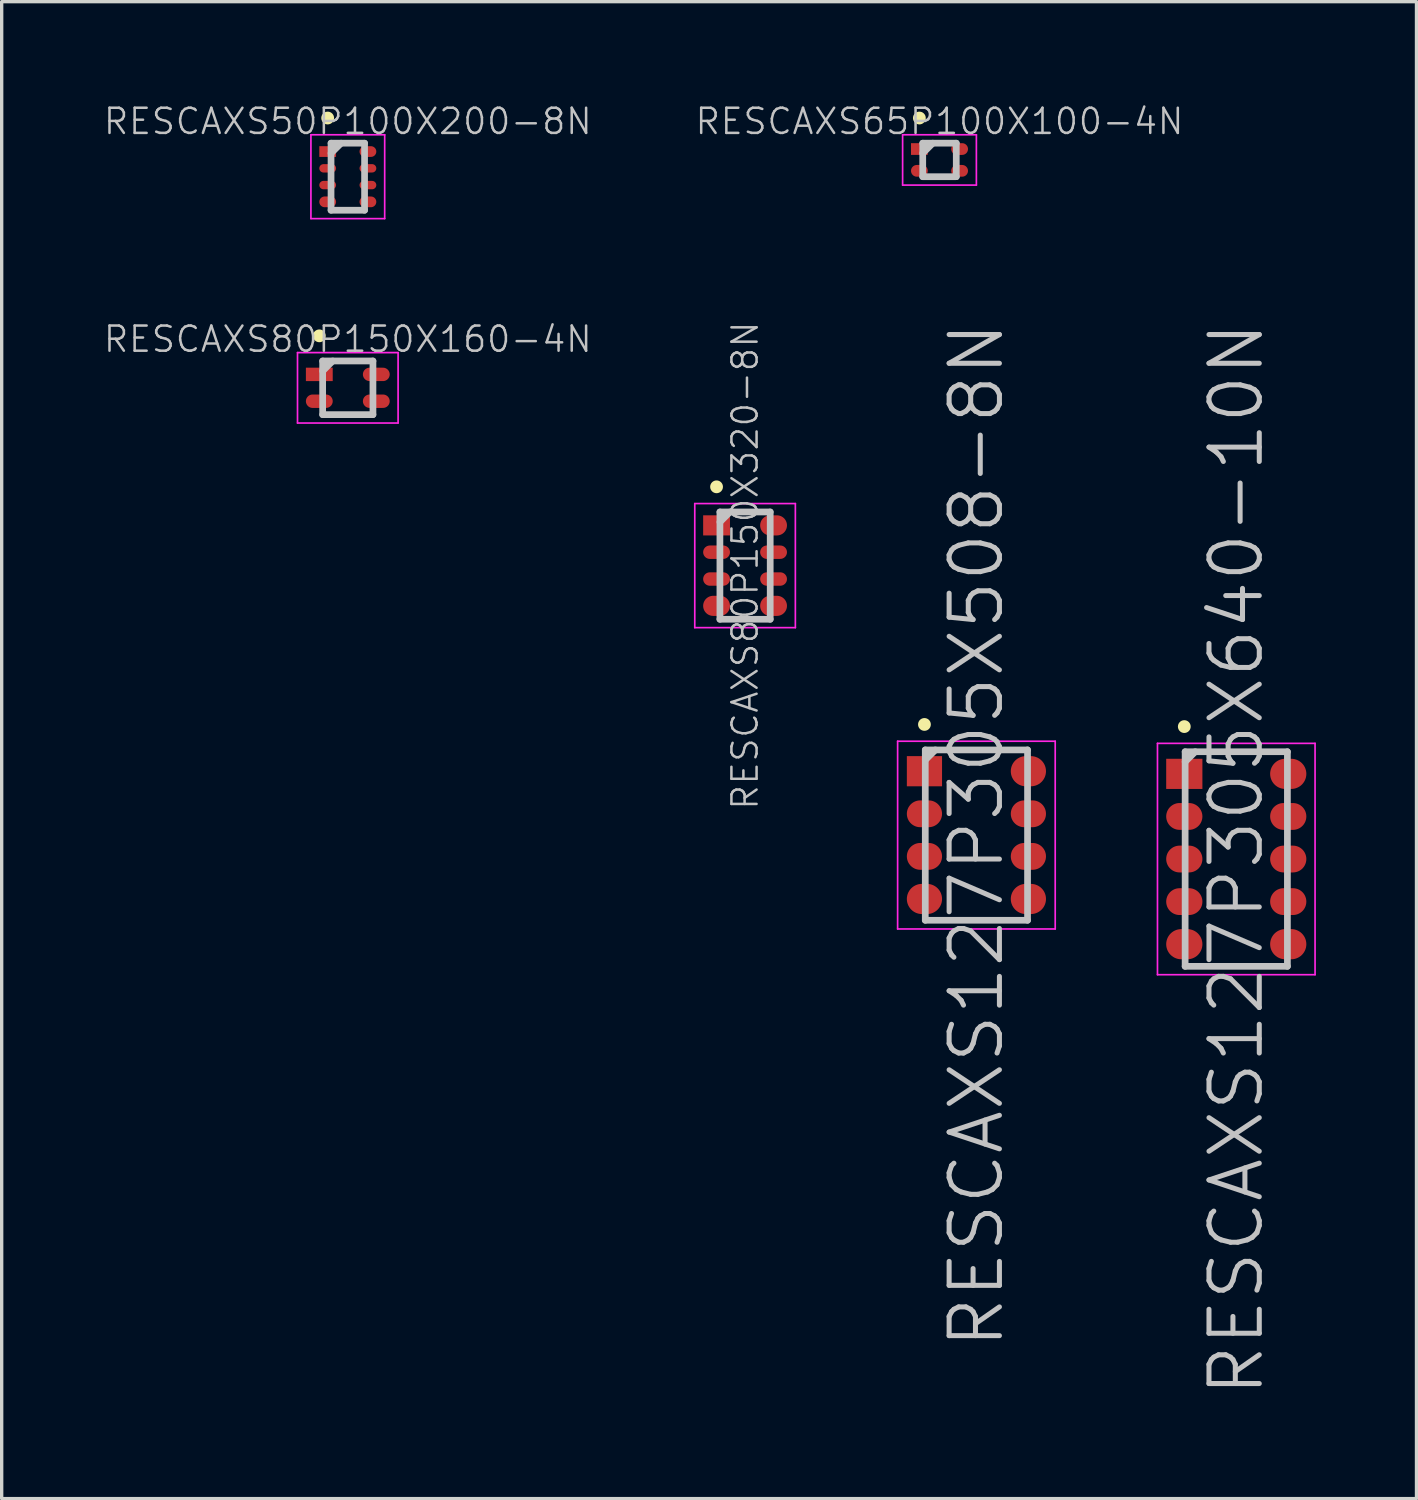
<source format=kicad_pcb>
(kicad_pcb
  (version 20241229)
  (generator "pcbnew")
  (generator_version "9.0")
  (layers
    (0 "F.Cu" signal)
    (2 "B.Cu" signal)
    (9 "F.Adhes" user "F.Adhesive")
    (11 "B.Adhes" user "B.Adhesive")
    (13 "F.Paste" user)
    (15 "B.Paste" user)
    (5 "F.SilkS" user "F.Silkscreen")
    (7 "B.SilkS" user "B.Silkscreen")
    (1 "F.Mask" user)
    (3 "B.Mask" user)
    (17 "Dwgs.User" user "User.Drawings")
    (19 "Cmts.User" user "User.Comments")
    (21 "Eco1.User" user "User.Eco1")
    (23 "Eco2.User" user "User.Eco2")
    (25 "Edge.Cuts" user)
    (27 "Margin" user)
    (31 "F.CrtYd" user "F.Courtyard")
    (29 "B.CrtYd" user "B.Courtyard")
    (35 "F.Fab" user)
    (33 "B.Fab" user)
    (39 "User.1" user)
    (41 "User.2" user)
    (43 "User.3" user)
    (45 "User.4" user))
  (footprint "RESCAXS127P305X640-10N"
    (layer "F.Cu")
    (at 33.821 22.57)
    (property "Reference" "RESCAXS127P305X640-10N" (at 0 0 90) (layer "Dwgs.User") (effects (font (size 1.5 1.5) (thickness 0.15))))
    (attr smd)
    (fp_line (start -1.55 -3.95) (end -1.55 -3.95) (stroke (width 0.381) (type solid)) (layer "F.SilkS"))
    (fp_line (start -1.525 -3.2) (end -1.525 3.2) (stroke (width 0.2) (type solid)) (layer "Dwgs.User"))
    (fp_line (start -1.525 -3.2) (end 1.525 -3.2) (stroke (width 0.2) (type solid)) (layer "Dwgs.User"))
    (fp_line (start -1.525 -2.9) (end -1.225 -3.2) (stroke (width 0.2) (type solid)) (layer "Dwgs.User"))
    (fp_line (start -1.525 3.2) (end 1.525 3.2) (stroke (width 0.2) (type solid)) (layer "Dwgs.User"))
    (fp_line (start 1.525 -3.2) (end 1.525 3.2) (stroke (width 0.2) (type solid)) (layer "Dwgs.User"))
    (fp_line (start -2.35 -3.45) (end -2.35 3.45) (stroke (width 0.05) (type solid)) (layer "F.CrtYd"))
    (fp_line (start -2.35 -3.45) (end 2.35 -3.45) (stroke (width 0.05) (type solid)) (layer "F.CrtYd"))
    (fp_line (start -2.35 3.45) (end 2.35 3.45) (stroke (width 0.05) (type solid)) (layer "F.CrtYd"))
    (fp_line (start 2.35 -3.45) (end 2.35 3.45) (stroke (width 0.05) (type solid)) (layer "F.CrtYd"))
    (pad "1" smd rect (at -1.55 -2.54) (size 1.08 0.9) (layers "F.Cu" "F.Mask" "F.Paste"))
    (pad "2" smd oval (at -1.55 -1.27) (size 1.08 0.8) (layers "F.Cu" "F.Mask" "F.Paste"))
    (pad "3" smd oval (at -1.55 0) (size 1.08 0.8) (layers "F.Cu" "F.Mask" "F.Paste"))
    (pad "4" smd oval (at -1.55 1.27) (size 1.08 0.8) (layers "F.Cu" "F.Mask" "F.Paste"))
    (pad "5" smd oval (at -1.55 2.54) (size 1.08 0.9) (layers "F.Cu" "F.Mask" "F.Paste"))
    (pad "6" smd oval (at 1.55 2.54) (size 1.08 0.9) (layers "F.Cu" "F.Mask" "F.Paste"))
    (pad "7" smd oval (at 1.55 1.27) (size 1.08 0.8) (layers "F.Cu" "F.Mask" "F.Paste"))
    (pad "8" smd oval (at 1.55 0) (size 1.08 0.8) (layers "F.Cu" "F.Mask" "F.Paste"))
    (pad "9" smd oval (at 1.55 -1.27) (size 1.08 0.8) (layers "F.Cu" "F.Mask" "F.Paste"))
    (pad "10" smd oval (at 1.55 -2.54) (size 1.08 0.9) (layers "F.Cu" "F.Mask" "F.Paste")))
  (footprint "RESCAXS80P150X320-8N"
    (layer "F.Cu")
    (at 19.171 13.819)
    (property "Reference" "RESCAXS80P150X320-8N" (at 0 0 90) (layer "Dwgs.User") (effects (font (size 0.75 0.75) (thickness 0.075))))
    (attr smd)
    (fp_line (start -0.85 -2.35) (end -0.85 -2.35) (stroke (width 0.381) (type solid)) (layer "F.SilkS"))
    (fp_line (start -0.75 -1.6) (end -0.75 1.6) (stroke (width 0.2) (type solid)) (layer "Dwgs.User"))
    (fp_line (start -0.75 -1.6) (end 0.75 -1.6) (stroke (width 0.2) (type solid)) (layer "Dwgs.User"))
    (fp_line (start -0.75 -1.3) (end -0.45 -1.6) (stroke (width 0.2) (type solid)) (layer "Dwgs.User"))
    (fp_line (start -0.75 1.6) (end 0.75 1.6) (stroke (width 0.2) (type solid)) (layer "Dwgs.User"))
    (fp_line (start 0.75 -1.6) (end 0.75 1.6) (stroke (width 0.2) (type solid)) (layer "Dwgs.User"))
    (fp_line (start -1.5 -1.85) (end -1.5 1.85) (stroke (width 0.05) (type solid)) (layer "F.CrtYd"))
    (fp_line (start -1.5 -1.85) (end 1.5 -1.85) (stroke (width 0.05) (type solid)) (layer "F.CrtYd"))
    (fp_line (start -1.5 1.85) (end 1.5 1.85) (stroke (width 0.05) (type solid)) (layer "F.CrtYd"))
    (fp_line (start 1.5 -1.85) (end 1.5 1.85) (stroke (width 0.05) (type solid)) (layer "F.CrtYd"))
    (pad "1" smd rect (at -0.85 -1.2) (size 0.8 0.6) (layers "F.Cu" "F.Mask" "F.Paste"))
    (pad "2" smd oval (at -0.85 -0.4) (size 0.8 0.4) (layers "F.Cu" "F.Mask" "F.Paste"))
    (pad "3" smd oval (at -0.85 0.4) (size 0.8 0.4) (layers "F.Cu" "F.Mask" "F.Paste"))
    (pad "4" smd oval (at -0.85 1.2) (size 0.8 0.6) (layers "F.Cu" "F.Mask" "F.Paste"))
    (pad "5" smd oval (at 0.85 1.2) (size 0.8 0.6) (layers "F.Cu" "F.Mask" "F.Paste"))
    (pad "6" smd oval (at 0.85 0.4) (size 0.8 0.4) (layers "F.Cu" "F.Mask" "F.Paste"))
    (pad "7" smd oval (at 0.85 -0.4) (size 0.8 0.4) (layers "F.Cu" "F.Mask" "F.Paste"))
    (pad "8" smd oval (at 0.85 -1.2) (size 0.8 0.6) (layers "F.Cu" "F.Mask" "F.Paste")))
  (footprint "RESCAXS65P100X100-4N"
    (layer "F.Cu")
    (at 24.97 1.72)
    (property "Reference" "RESCAXS65P100X100-4N" (at 0 -1.15 0) (layer "Dwgs.User") (effects (font (size 0.75 0.75) (thickness 0.075))))
    (attr smd)
    (fp_line (start -0.6 -1.25) (end -0.6 -1.25) (stroke (width 0.381) (type solid)) (layer "F.SilkS"))
    (fp_line (start -0.5 -0.5) (end -0.5 0.5) (stroke (width 0.2) (type solid)) (layer "Dwgs.User"))
    (fp_line (start -0.5 -0.5) (end 0.5 -0.5) (stroke (width 0.2) (type solid)) (layer "Dwgs.User"))
    (fp_line (start -0.5 -0.2) (end -0.2 -0.5) (stroke (width 0.2) (type solid)) (layer "Dwgs.User"))
    (fp_line (start -0.5 0.5) (end 0.5 0.5) (stroke (width 0.2) (type solid)) (layer "Dwgs.User"))
    (fp_line (start 0.5 -0.5) (end 0.5 0.5) (stroke (width 0.2) (type solid)) (layer "Dwgs.User"))
    (fp_line (start -1.1 -0.75) (end -1.1 0.75) (stroke (width 0.05) (type solid)) (layer "F.CrtYd"))
    (fp_line (start -1.1 -0.75) (end 1.1 -0.75) (stroke (width 0.05) (type solid)) (layer "F.CrtYd"))
    (fp_line (start -1.1 0.75) (end 1.1 0.75) (stroke (width 0.05) (type solid)) (layer "F.CrtYd"))
    (fp_line (start 1.1 -0.75) (end 1.1 0.75) (stroke (width 0.05) (type solid)) (layer "F.CrtYd"))
    (pad "1" smd rect (at -0.6 -0.325) (size 0.5 0.35) (layers "F.Cu" "F.Mask" "F.Paste"))
    (pad "2" smd oval (at -0.6 0.325) (size 0.5 0.35) (layers "F.Cu" "F.Mask" "F.Paste"))
    (pad "3" smd oval (at 0.6 0.325) (size 0.5 0.35) (layers "F.Cu" "F.Mask" "F.Paste"))
    (pad "4" smd oval (at 0.6 -0.325) (size 0.5 0.35) (layers "F.Cu" "F.Mask" "F.Paste")))
  (footprint "RESCAXS80P150X160-4N"
    (layer "F.Cu")
    (at 7.323 8.516)
    (property "Reference" "RESCAXS80P150X160-4N" (at 0 -1.45 0) (layer "Dwgs.User") (effects (font (size 0.75 0.75) (thickness 0.075))))
    (attr smd)
    (fp_line (start -0.85 -1.55) (end -0.85 -1.55) (stroke (width 0.381) (type solid)) (layer "F.SilkS"))
    (fp_line (start -0.75 -0.8) (end -0.75 0.8) (stroke (width 0.2) (type solid)) (layer "Dwgs.User"))
    (fp_line (start -0.75 -0.8) (end 0.75 -0.8) (stroke (width 0.2) (type solid)) (layer "Dwgs.User"))
    (fp_line (start -0.75 -0.5) (end -0.45 -0.8) (stroke (width 0.2) (type solid)) (layer "Dwgs.User"))
    (fp_line (start -0.75 0.8) (end 0.75 0.8) (stroke (width 0.2) (type solid)) (layer "Dwgs.User"))
    (fp_line (start 0.75 -0.8) (end 0.75 0.8) (stroke (width 0.2) (type solid)) (layer "Dwgs.User"))
    (fp_line (start -1.5 -1.05) (end -1.5 1.05) (stroke (width 0.05) (type solid)) (layer "F.CrtYd"))
    (fp_line (start -1.5 -1.05) (end 1.5 -1.05) (stroke (width 0.05) (type solid)) (layer "F.CrtYd"))
    (fp_line (start -1.5 1.05) (end 1.5 1.05) (stroke (width 0.05) (type solid)) (layer "F.CrtYd"))
    (fp_line (start 1.5 -1.05) (end 1.5 1.05) (stroke (width 0.05) (type solid)) (layer "F.CrtYd"))
    (pad "1" smd rect (at -0.85 -0.4) (size 0.8 0.4) (layers "F.Cu" "F.Mask" "F.Paste"))
    (pad "2" smd oval (at -0.85 0.4) (size 0.8 0.4) (layers "F.Cu" "F.Mask" "F.Paste"))
    (pad "3" smd oval (at 0.85 0.4) (size 0.8 0.4) (layers "F.Cu" "F.Mask" "F.Paste"))
    (pad "4" smd oval (at 0.85 -0.4) (size 0.8 0.4) (layers "F.Cu" "F.Mask" "F.Paste")))
  (footprint "RESCAXS50P100X200-8N"
    (layer "F.Cu")
    (at 7.323 2.22)
    (property "Reference" "RESCAXS50P100X200-8N" (at 0 -1.65 0) (layer "Dwgs.User") (effects (font (size 0.75 0.75) (thickness 0.075))))
    (attr smd)
    (fp_line (start -0.6 -1.75) (end -0.6 -1.75) (stroke (width 0.381) (type solid)) (layer "F.SilkS"))
    (fp_line (start -0.5 -1) (end -0.5 1) (stroke (width 0.2) (type solid)) (layer "Dwgs.User"))
    (fp_line (start -0.5 -1) (end 0.5 -1) (stroke (width 0.2) (type solid)) (layer "Dwgs.User"))
    (fp_line (start -0.5 -0.7) (end -0.2 -1) (stroke (width 0.2) (type solid)) (layer "Dwgs.User"))
    (fp_line (start -0.5 1) (end 0.5 1) (stroke (width 0.2) (type solid)) (layer "Dwgs.User"))
    (fp_line (start 0.5 -1) (end 0.5 1) (stroke (width 0.2) (type solid)) (layer "Dwgs.User"))
    (fp_line (start -1.1 -1.25) (end -1.1 1.25) (stroke (width 0.05) (type solid)) (layer "F.CrtYd"))
    (fp_line (start -1.1 -1.25) (end 1.1 -1.25) (stroke (width 0.05) (type solid)) (layer "F.CrtYd"))
    (fp_line (start -1.1 1.25) (end 1.1 1.25) (stroke (width 0.05) (type solid)) (layer "F.CrtYd"))
    (fp_line (start 1.1 -1.25) (end 1.1 1.25) (stroke (width 0.05) (type solid)) (layer "F.CrtYd"))
    (pad "1" smd rect (at -0.6 -0.75) (size 0.5 0.32) (layers "F.Cu" "F.Mask" "F.Paste"))
    (pad "2" smd oval (at -0.6 -0.25) (size 0.5 0.25) (layers "F.Cu" "F.Mask" "F.Paste"))
    (pad "3" smd oval (at -0.6 0.25) (size 0.5 0.25) (layers "F.Cu" "F.Mask" "F.Paste"))
    (pad "4" smd oval (at -0.6 0.75) (size 0.5 0.32) (layers "F.Cu" "F.Mask" "F.Paste"))
    (pad "5" smd oval (at 0.6 0.75) (size 0.5 0.32) (layers "F.Cu" "F.Mask" "F.Paste"))
    (pad "6" smd oval (at 0.6 0.25) (size 0.5 0.25) (layers "F.Cu" "F.Mask" "F.Paste"))
    (pad "7" smd oval (at 0.6 -0.25) (size 0.5 0.25) (layers "F.Cu" "F.Mask" "F.Paste"))
    (pad "8" smd oval (at 0.6 -0.75) (size 0.5 0.32) (layers "F.Cu" "F.Mask" "F.Paste")))
  (footprint "RESCAXS127P305X508-8N"
    (layer "F.Cu")
    (at 26.071 21.856)
    (property "Reference" "RESCAXS127P305X508-8N" (at 0 0 90) (layer "Dwgs.User") (effects (font (size 1.5 1.5) (thickness 0.15))))
    (attr smd)
    (fp_line (start -1.55 -3.3) (end -1.55 -3.3) (stroke (width 0.381) (type solid)) (layer "F.SilkS"))
    (fp_line (start -1.525 -2.54) (end -1.525 2.54) (stroke (width 0.2) (type solid)) (layer "Dwgs.User"))
    (fp_line (start -1.525 -2.54) (end 1.525 -2.54) (stroke (width 0.2) (type solid)) (layer "Dwgs.User"))
    (fp_line (start -1.525 -2.24) (end -1.225 -2.54) (stroke (width 0.2) (type solid)) (layer "Dwgs.User"))
    (fp_line (start -1.525 2.54) (end 1.525 2.54) (stroke (width 0.2) (type solid)) (layer "Dwgs.User"))
    (fp_line (start 1.525 -2.54) (end 1.525 2.54) (stroke (width 0.2) (type solid)) (layer "Dwgs.User"))
    (fp_line (start -2.35 -2.8) (end -2.35 2.8) (stroke (width 0.05) (type solid)) (layer "F.CrtYd"))
    (fp_line (start -2.35 -2.8) (end 2.35 -2.8) (stroke (width 0.05) (type solid)) (layer "F.CrtYd"))
    (fp_line (start -2.35 2.8) (end 2.35 2.8) (stroke (width 0.05) (type solid)) (layer "F.CrtYd"))
    (fp_line (start 2.35 -2.8) (end 2.35 2.8) (stroke (width 0.05) (type solid)) (layer "F.CrtYd"))
    (pad "1" smd rect (at -1.55 -1.905) (size 1.05 0.9) (layers "F.Cu" "F.Mask" "F.Paste"))
    (pad "2" smd oval (at -1.55 -0.635) (size 1.05 0.8) (layers "F.Cu" "F.Mask" "F.Paste"))
    (pad "3" smd oval (at -1.55 0.635) (size 1.05 0.8) (layers "F.Cu" "F.Mask" "F.Paste"))
    (pad "4" smd oval (at -1.55 1.905) (size 1.05 0.9) (layers "F.Cu" "F.Mask" "F.Paste"))
    (pad "5" smd oval (at 1.55 1.905) (size 1.05 0.9) (layers "F.Cu" "F.Mask" "F.Paste"))
    (pad "6" smd oval (at 1.55 0.635) (size 1.05 0.8) (layers "F.Cu" "F.Mask" "F.Paste"))
    (pad "7" smd oval (at 1.55 -0.635) (size 1.05 0.8) (layers "F.Cu" "F.Mask" "F.Paste"))
    (pad "8" smd oval (at 1.55 -1.905) (size 1.05 0.9) (layers "F.Cu" "F.Mask" "F.Paste")))
  (gr_rect
    (start -3 -3)
    (end 39.196 41.645)
    (stroke (width 0.1) (type default))
    (fill no)
    (layer "Edge.Cuts")))
</source>
